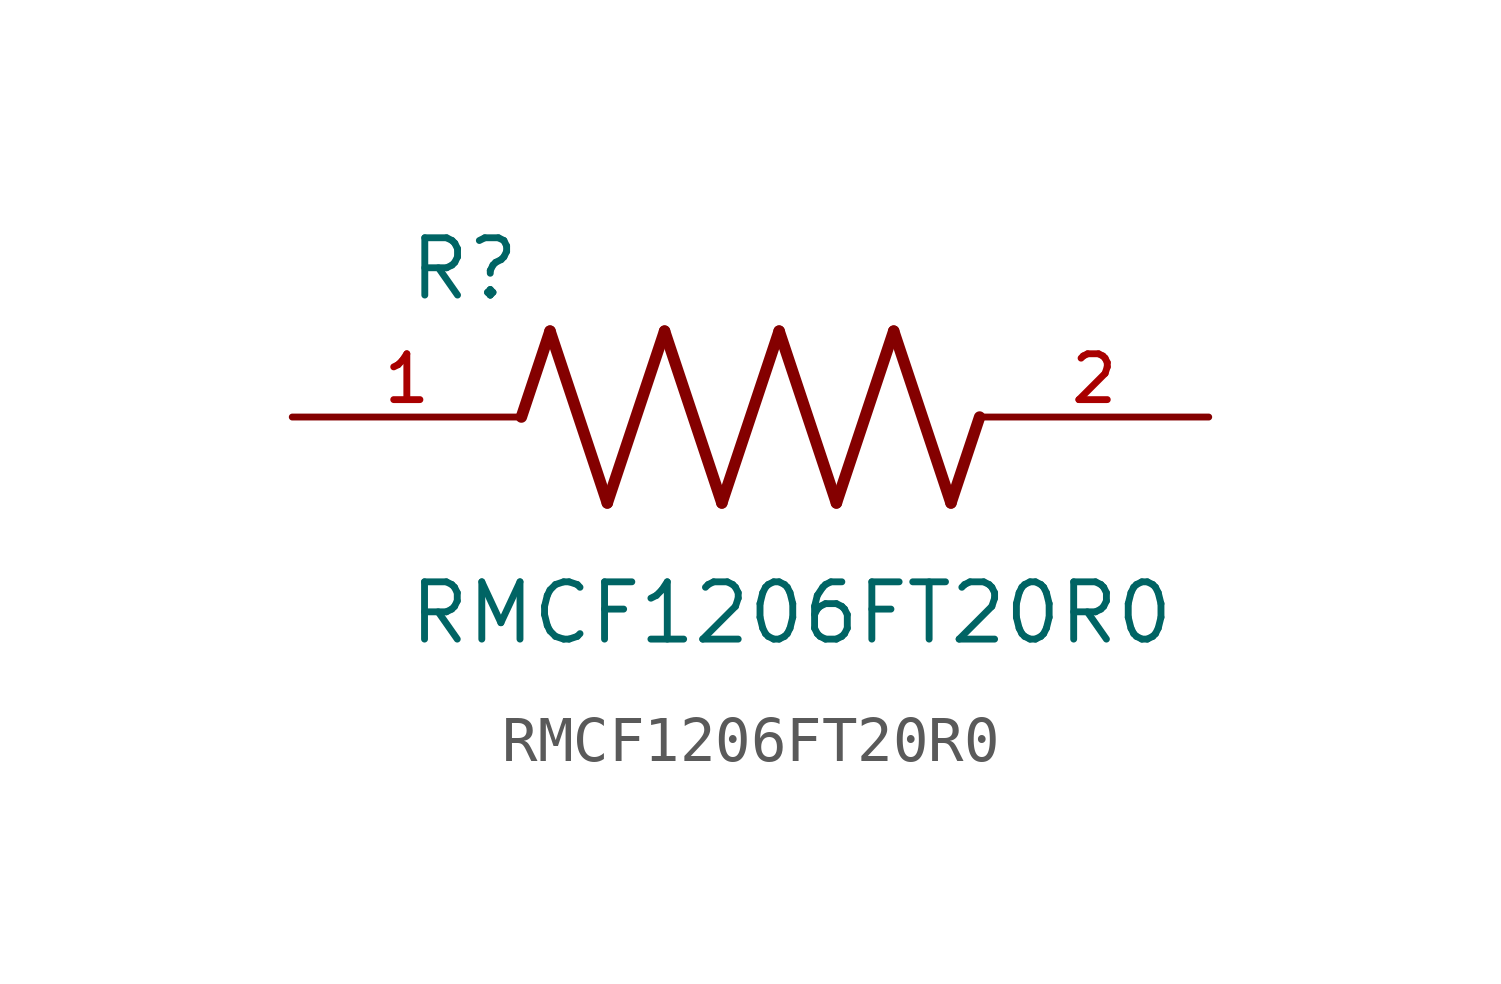
<source format=kicad_sym>
(kicad_symbol_lib
  (version 20211014)
  (generator kicad_symbol_editor)
  (symbol "RMCF1206FT20R0"
    (pin_names
      (offset 1.016))
    (property "Reference" "R"
      (at -7.624 2.541 0)
      (effects (font (size 1.27 1.27)) (justify bottom left)))
    (property "Value" "RMCF1206FT20R0"
      (at -7.63 -5.087 0)
      (effects (font (size 1.27 1.27)) (justify bottom left)))
    (symbol "RMCF1206FT20R0_0_0"
      (polyline (pts (xy -5.08 0.0) (xy -4.445 1.905)) (stroke (width 0.254)))
      (polyline (pts (xy -4.445 1.905) (xy -3.175 -1.905)) (stroke (width 0.254)))
      (polyline (pts (xy -3.175 -1.905) (xy -1.905 1.905)) (stroke (width 0.254)))
      (polyline (pts (xy -1.905 1.905) (xy -0.635 -1.905)) (stroke (width 0.254)))
      (polyline (pts (xy -0.635 -1.905) (xy 0.635 1.905)) (stroke (width 0.254)))
      (polyline (pts (xy 0.635 1.905) (xy 1.905 -1.905)) (stroke (width 0.254)))
      (polyline (pts (xy 1.905 -1.905) (xy 3.175 1.905)) (stroke (width 0.254)))
      (polyline (pts (xy 3.175 1.905) (xy 4.445 -1.905)) (stroke (width 0.254)))
      (polyline (pts (xy 4.445 -1.905) (xy 5.08 0.0)) (stroke (width 0.254)))
      (pin passive line (at -10.16 0.0 0) (length 5.08) (name "~" (effects (font (size 1.016 1.016)))) (number "1" (effects (font (size 1.016 1.016)))))
      (pin passive line (at 10.16 0.0 180.0) (length 5.08) (name "~" (effects (font (size 1.016 1.016)))) (number "2" (effects (font (size 1.016 1.016))))))))
</source>
